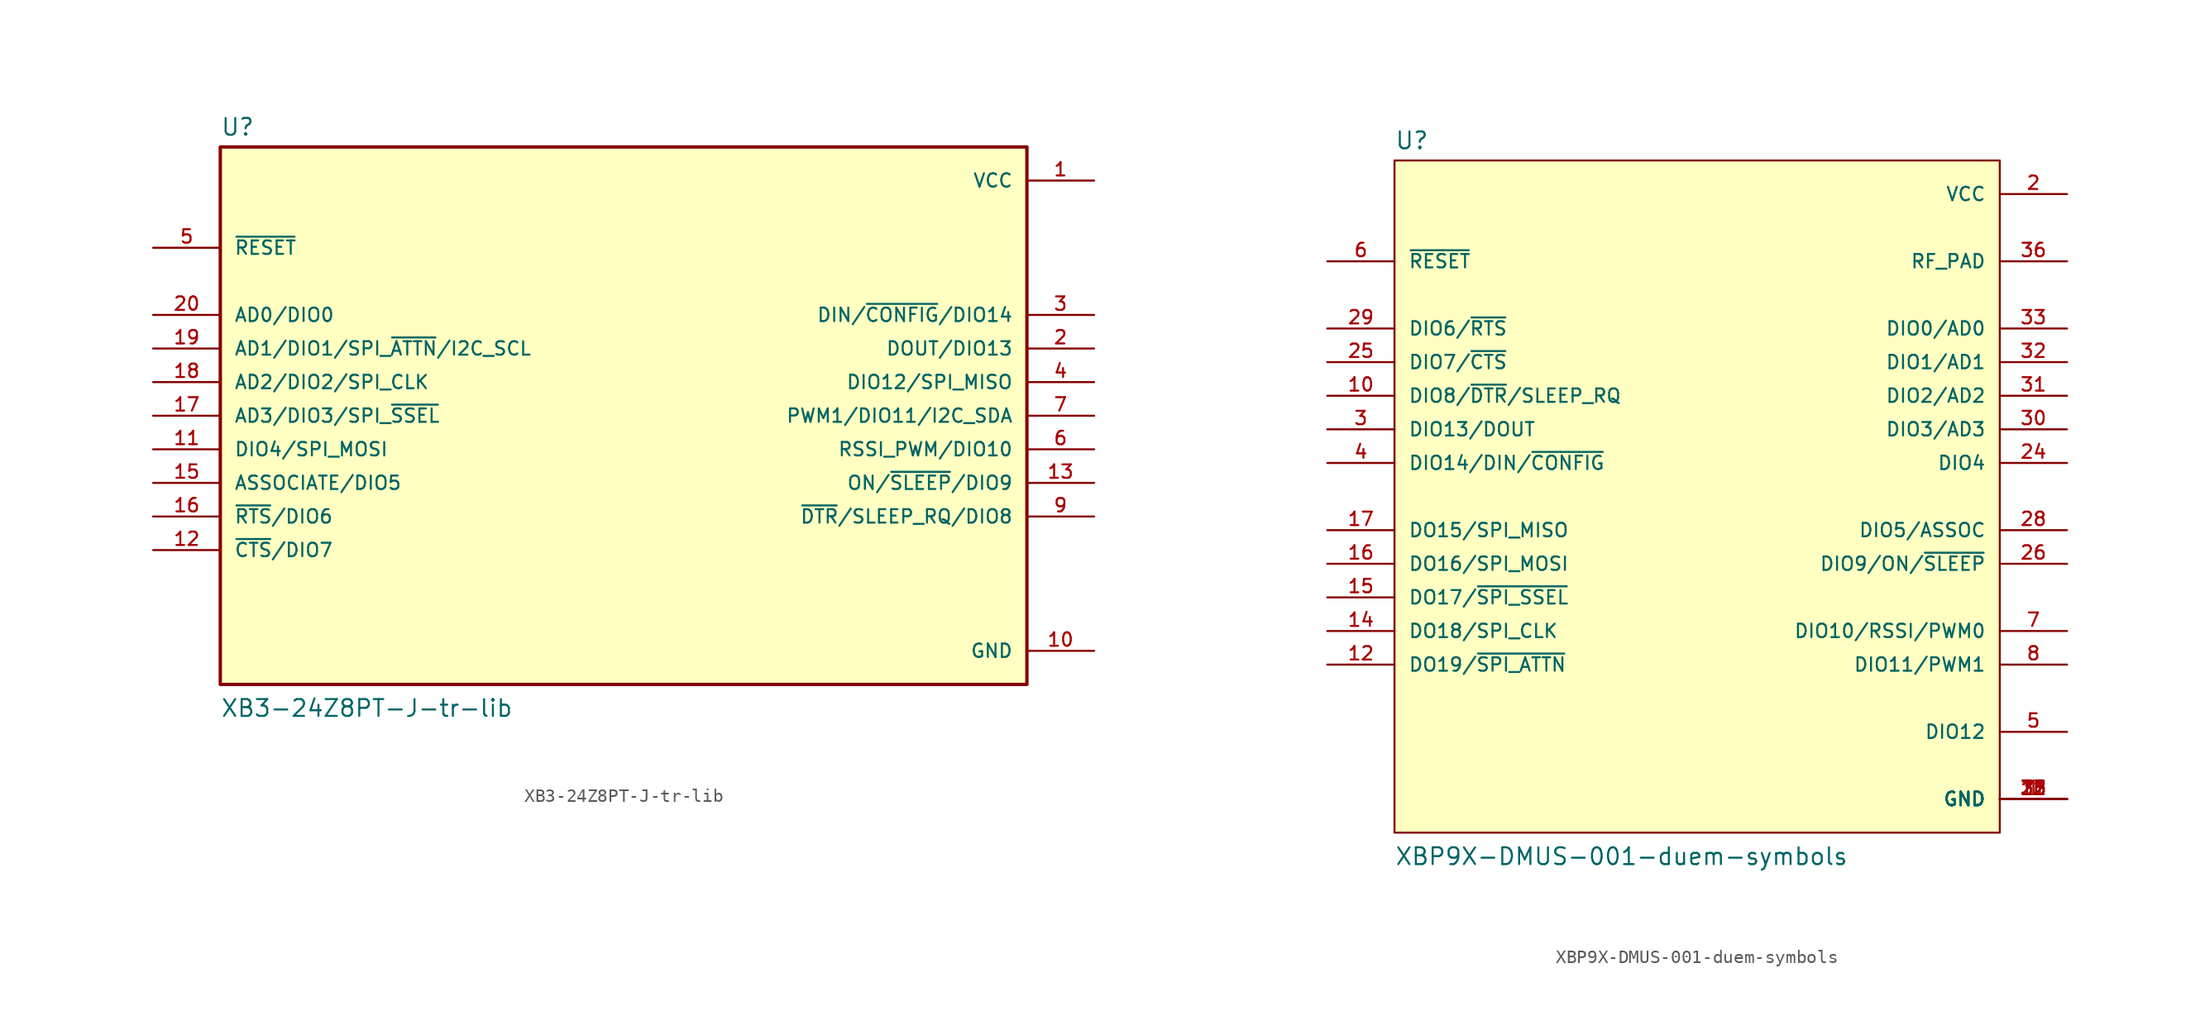
<source format=kicad_sym>
(kicad_symbol_lib
  (version 20211014)
  (generator kicad_symbol_editor)
  (symbol "XB3-24Z8PT-J-tr-lib"
    (pin_names
      (offset 1.016))
    (property "Reference" "U"
      (at -30.48 21.082 0)
      (effects (font (size 1.27 1.27)) (justify left bottom)))
    (property "Value" "XB3-24Z8PT-J-tr-lib"
      (at -30.48 -22.86 0)
      (effects (font (size 1.27 1.27)) (justify left bottom)))
    (property "ki_locked" ""
      (at 0 0 0)
      (effects (font (size 1.27 1.27))))
    (symbol "XB3-24Z8PT-J-tr-lib_0_0"
      (rectangle (start -30.48 -20.32) (end 30.48 20.32) (stroke (width 0.254) (type default) (color 0 0 0 0)) (fill (type background)))
      (pin power_in line (at 35.56 17.78 180) (length 5.08) (name "VCC" (effects (font (size 1.016 1.016)))) (number "1" (effects (font (size 1.016 1.016)))))
      (pin power_in line (at 35.56 -17.78 180) (length 5.08) (name "GND" (effects (font (size 1.016 1.016)))) (number "10" (effects (font (size 1.016 1.016)))))
      (pin bidirectional line (at -35.56 -2.54 0) (length 5.08) (name "DIO4/SPI_MOSI" (effects (font (size 1.016 1.016)))) (number "11" (effects (font (size 1.016 1.016)))))
      (pin bidirectional line (at -35.56 -10.16 0) (length 5.08) (name "~{CTS}/DIO7" (effects (font (size 1.016 1.016)))) (number "12" (effects (font (size 1.016 1.016)))))
      (pin bidirectional line (at 35.56 -5.08 180) (length 5.08) (name "ON/~{SLEEP}/DIO9" (effects (font (size 1.016 1.016)))) (number "13" (effects (font (size 1.016 1.016)))))
      (pin bidirectional line (at -35.56 -5.08 0) (length 5.08) (name "ASSOCIATE/DIO5" (effects (font (size 1.016 1.016)))) (number "15" (effects (font (size 1.016 1.016)))))
      (pin bidirectional line (at -35.56 -7.62 0) (length 5.08) (name "~{RTS}/DIO6" (effects (font (size 1.016 1.016)))) (number "16" (effects (font (size 1.016 1.016)))))
      (pin bidirectional line (at -35.56 0 0) (length 5.08) (name "AD3/DIO3/SPI_~{SSEL}" (effects (font (size 1.016 1.016)))) (number "17" (effects (font (size 1.016 1.016)))))
      (pin bidirectional line (at -35.56 2.54 0) (length 5.08) (name "AD2/DIO2/SPI_CLK" (effects (font (size 1.016 1.016)))) (number "18" (effects (font (size 1.016 1.016)))))
      (pin bidirectional line (at -35.56 5.08 0) (length 5.08) (name "AD1/DIO1/SPI_~{ATTN}/I2C_SCL" (effects (font (size 1.016 1.016)))) (number "19" (effects (font (size 1.016 1.016)))))
      (pin bidirectional line (at 35.56 5.08 180) (length 5.08) (name "DOUT/DIO13" (effects (font (size 1.016 1.016)))) (number "2" (effects (font (size 1.016 1.016)))))
      (pin bidirectional line (at -35.56 7.62 0) (length 5.08) (name "AD0/DIO0" (effects (font (size 1.016 1.016)))) (number "20" (effects (font (size 1.016 1.016)))))
      (pin bidirectional line (at 35.56 7.62 180) (length 5.08) (name "DIN/~{CONFIG}/DIO14" (effects (font (size 1.016 1.016)))) (number "3" (effects (font (size 1.016 1.016)))))
      (pin bidirectional line (at 35.56 2.54 180) (length 5.08) (name "DIO12/SPI_MISO" (effects (font (size 1.016 1.016)))) (number "4" (effects (font (size 1.016 1.016)))))
      (pin input line (at -35.56 12.7 0) (length 5.08) (name "~{RESET}" (effects (font (size 1.016 1.016)))) (number "5" (effects (font (size 1.016 1.016)))))
      (pin bidirectional line (at 35.56 -2.54 180) (length 5.08) (name "RSSI_PWM/DIO10" (effects (font (size 1.016 1.016)))) (number "6" (effects (font (size 1.016 1.016)))))
      (pin bidirectional line (at 35.56 0 180) (length 5.08) (name "PWM1/DIO11/I2C_SDA" (effects (font (size 1.016 1.016)))) (number "7" (effects (font (size 1.016 1.016)))))
      (pin bidirectional line (at 35.56 -7.62 180) (length 5.08) (name "~{DTR}/SLEEP_RQ/DIO8" (effects (font (size 1.016 1.016)))) (number "9" (effects (font (size 1.016 1.016)))))))
  (symbol "XBP9X-DMUS-001-duem-symbols"
    (pin_names
      (offset 1.016))
    (property "Reference" "U"
      (at -22.86 26.162 0)
      (effects (font (size 1.27 1.27)) (justify left bottom)))
    (property "Value" "XBP9X-DMUS-001-duem-symbols"
      (at -22.86 -27.94 0)
      (effects (font (size 1.27 1.27)) (justify left bottom)))
    (property "ki_locked" ""
      (at 0 0 0)
      (effects (font (size 1.27 1.27))))
    (symbol "XBP9X-DMUS-001-duem-symbols_0_0"
      (rectangle (start -22.86 -25.4) (end 22.86 25.4) (stroke (width 0.152) (type default) (color 0 0 0 0)) (fill (type background)))
      (pin power_in line (at 27.94 -22.86 180) (length 5.08) (name "GND" (effects (font (size 1.016 1.016)))) (number "1" (effects (font (size 1.016 1.016)))))
      (pin bidirectional line (at -27.94 7.62 0) (length 5.08) (name "DIO8/~{DTR}/SLEEP_RQ" (effects (font (size 1.016 1.016)))) (number "10" (effects (font (size 1.016 1.016)))))
      (pin power_in line (at 27.94 -22.86 180) (length 5.08) (name "GND" (effects (font (size 1.016 1.016)))) (number "11" (effects (font (size 1.016 1.016)))))
      (pin output line (at -27.94 -12.7 0) (length 5.08) (name "DO19/~{SPI_ATTN}" (effects (font (size 1.016 1.016)))) (number "12" (effects (font (size 1.016 1.016)))))
      (pin power_in line (at 27.94 -22.86 180) (length 5.08) (name "GND" (effects (font (size 1.016 1.016)))) (number "13" (effects (font (size 1.016 1.016)))))
      (pin bidirectional line (at -27.94 -10.16 0) (length 5.08) (name "DO18/SPI_CLK" (effects (font (size 1.016 1.016)))) (number "14" (effects (font (size 1.016 1.016)))))
      (pin bidirectional line (at -27.94 -7.62 0) (length 5.08) (name "DO17/~{SPI_SSEL}" (effects (font (size 1.016 1.016)))) (number "15" (effects (font (size 1.016 1.016)))))
      (pin bidirectional line (at -27.94 -5.08 0) (length 5.08) (name "DO16/SPI_MOSI" (effects (font (size 1.016 1.016)))) (number "16" (effects (font (size 1.016 1.016)))))
      (pin output line (at -27.94 -2.54 0) (length 5.08) (name "DO15/SPI_MISO" (effects (font (size 1.016 1.016)))) (number "17" (effects (font (size 1.016 1.016)))))
      (pin power_in line (at 27.94 22.86 180) (length 5.08) (name "VCC" (effects (font (size 1.016 1.016)))) (number "2" (effects (font (size 1.016 1.016)))))
      (pin power_in line (at 27.94 -22.86 180) (length 5.08) (name "GND" (effects (font (size 1.016 1.016)))) (number "22" (effects (font (size 1.016 1.016)))))
      (pin bidirectional line (at 27.94 2.54 180) (length 5.08) (name "DIO4" (effects (font (size 1.016 1.016)))) (number "24" (effects (font (size 1.016 1.016)))))
      (pin bidirectional line (at -27.94 10.16 0) (length 5.08) (name "DIO7/~{CTS}" (effects (font (size 1.016 1.016)))) (number "25" (effects (font (size 1.016 1.016)))))
      (pin bidirectional line (at 27.94 -5.08 180) (length 5.08) (name "DIO9/ON/~{SLEEP}" (effects (font (size 1.016 1.016)))) (number "26" (effects (font (size 1.016 1.016)))))
      (pin bidirectional line (at 27.94 -2.54 180) (length 5.08) (name "DIO5/ASSOC" (effects (font (size 1.016 1.016)))) (number "28" (effects (font (size 1.016 1.016)))))
      (pin bidirectional line (at -27.94 12.7 0) (length 5.08) (name "DIO6/~{RTS}" (effects (font (size 1.016 1.016)))) (number "29" (effects (font (size 1.016 1.016)))))
      (pin bidirectional line (at -27.94 5.08 0) (length 5.08) (name "DIO13/DOUT" (effects (font (size 1.016 1.016)))) (number "3" (effects (font (size 1.016 1.016)))))
      (pin bidirectional line (at 27.94 5.08 180) (length 5.08) (name "DIO3/AD3" (effects (font (size 1.016 1.016)))) (number "30" (effects (font (size 1.016 1.016)))))
      (pin bidirectional line (at 27.94 7.62 180) (length 5.08) (name "DIO2/AD2" (effects (font (size 1.016 1.016)))) (number "31" (effects (font (size 1.016 1.016)))))
      (pin bidirectional line (at 27.94 10.16 180) (length 5.08) (name "DIO1/AD1" (effects (font (size 1.016 1.016)))) (number "32" (effects (font (size 1.016 1.016)))))
      (pin bidirectional line (at 27.94 12.7 180) (length 5.08) (name "DIO0/AD0" (effects (font (size 1.016 1.016)))) (number "33" (effects (font (size 1.016 1.016)))))
      (pin power_in line (at 27.94 -22.86 180) (length 5.08) (name "GND" (effects (font (size 1.016 1.016)))) (number "35" (effects (font (size 1.016 1.016)))))
      (pin bidirectional line (at 27.94 17.78 180) (length 5.08) (name "RF_PAD" (effects (font (size 1.016 1.016)))) (number "36" (effects (font (size 1.016 1.016)))))
      (pin power_in line (at 27.94 -22.86 180) (length 5.08) (name "GND" (effects (font (size 1.016 1.016)))) (number "38" (effects (font (size 1.016 1.016)))))
      (pin bidirectional line (at -27.94 2.54 0) (length 5.08) (name "DIO14/DIN/~{CONFIG}" (effects (font (size 1.016 1.016)))) (number "4" (effects (font (size 1.016 1.016)))))
      (pin bidirectional line (at 27.94 -17.78 180) (length 5.08) (name "DIO12" (effects (font (size 1.016 1.016)))) (number "5" (effects (font (size 1.016 1.016)))))
      (pin input line (at -27.94 17.78 0) (length 5.08) (name "~{RESET}" (effects (font (size 1.016 1.016)))) (number "6" (effects (font (size 1.016 1.016)))))
      (pin bidirectional line (at 27.94 -10.16 180) (length 5.08) (name "DIO10/RSSI/PWM0" (effects (font (size 1.016 1.016)))) (number "7" (effects (font (size 1.016 1.016)))))
      (pin bidirectional line (at 27.94 -12.7 180) (length 5.08) (name "DIO11/PWM1" (effects (font (size 1.016 1.016)))) (number "8" (effects (font (size 1.016 1.016))))))))
</source>
